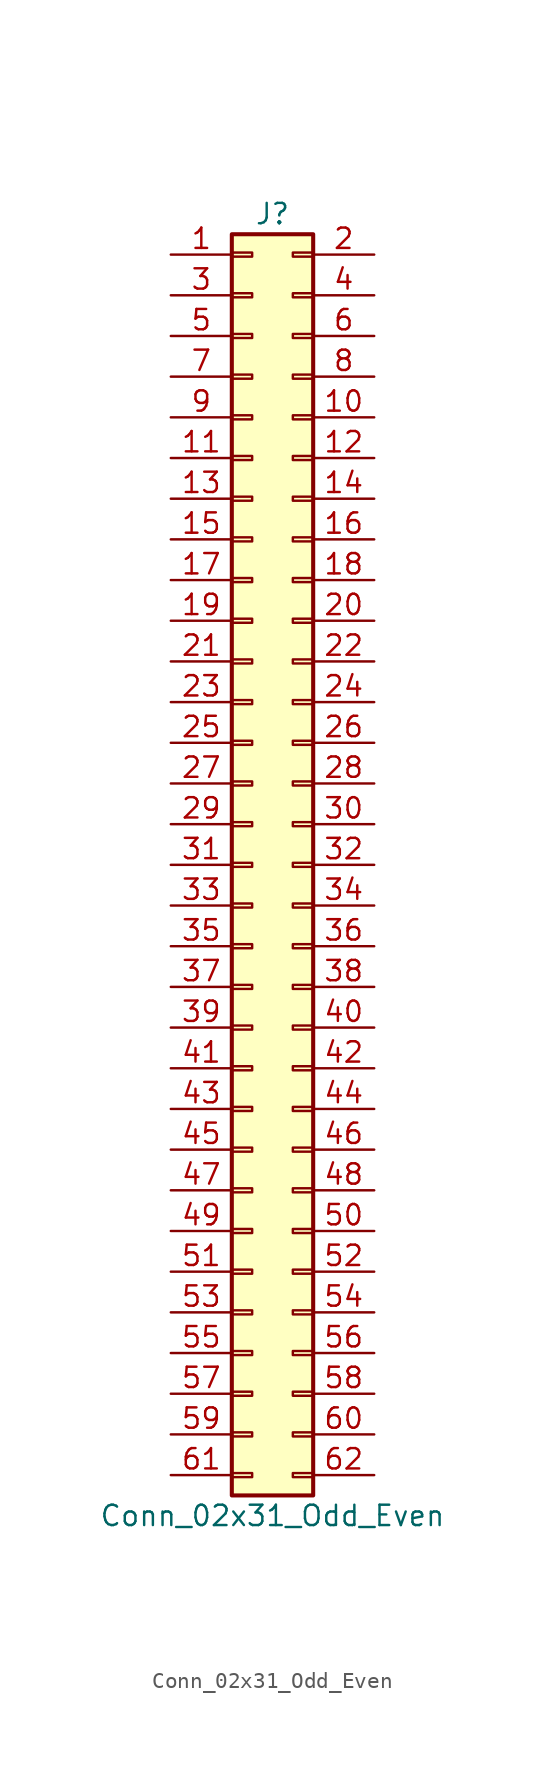
<source format=kicad_sym>
(kicad_symbol_lib
  (version 20220914)
  (generator kicad_symbol_editor)
  (symbol "Conn_02x31_Odd_Even"
    (pin_names
      (offset 1.016) hide)
    (property "Reference" "J"
      (at 1.27 40.64 0)
      (effects (font (size 1.27 1.27))))
    (property "Value" "Conn_02x31_Odd_Even"
      (at 1.27 -40.64 0)
      (effects (font (size 1.27 1.27))))
    (symbol "Conn_02x31_Odd_Even_1_1"
      (rectangle (start -1.27 -37.973) (end 0 -38.227) (stroke (width 0.152) (type solid)) (fill (type none)))
      (rectangle (start -1.27 -35.433) (end 0 -35.687) (stroke (width 0.152) (type solid)) (fill (type none)))
      (rectangle (start -1.27 -32.893) (end 0 -33.147) (stroke (width 0.152) (type solid)) (fill (type none)))
      (rectangle (start -1.27 -30.353) (end 0 -30.607) (stroke (width 0.152) (type solid)) (fill (type none)))
      (rectangle (start -1.27 -27.813) (end 0 -28.067) (stroke (width 0.152) (type solid)) (fill (type none)))
      (rectangle (start -1.27 -25.273) (end 0 -25.527) (stroke (width 0.152) (type solid)) (fill (type none)))
      (rectangle (start -1.27 -22.733) (end 0 -22.987) (stroke (width 0.152) (type solid)) (fill (type none)))
      (rectangle (start -1.27 -20.193) (end 0 -20.447) (stroke (width 0.152) (type solid)) (fill (type none)))
      (rectangle (start -1.27 -17.653) (end 0 -17.907) (stroke (width 0.152) (type solid)) (fill (type none)))
      (rectangle (start -1.27 -15.113) (end 0 -15.367) (stroke (width 0.152) (type solid)) (fill (type none)))
      (rectangle (start -1.27 -12.573) (end 0 -12.827) (stroke (width 0.152) (type solid)) (fill (type none)))
      (rectangle (start -1.27 -10.033) (end 0 -10.287) (stroke (width 0.152) (type solid)) (fill (type none)))
      (rectangle (start -1.27 -7.493) (end 0 -7.747) (stroke (width 0.152) (type solid)) (fill (type none)))
      (rectangle (start -1.27 -4.953) (end 0 -5.207) (stroke (width 0.152) (type solid)) (fill (type none)))
      (rectangle (start -1.27 -2.413) (end 0 -2.667) (stroke (width 0.152) (type solid)) (fill (type none)))
      (rectangle (start -1.27 0.127) (end 0 -0.127) (stroke (width 0.152) (type solid)) (fill (type none)))
      (rectangle (start -1.27 2.667) (end 0 2.413) (stroke (width 0.152) (type solid)) (fill (type none)))
      (rectangle (start -1.27 5.207) (end 0 4.953) (stroke (width 0.152) (type solid)) (fill (type none)))
      (rectangle (start -1.27 7.747) (end 0 7.493) (stroke (width 0.152) (type solid)) (fill (type none)))
      (rectangle (start -1.27 10.287) (end 0 10.033) (stroke (width 0.152) (type solid)) (fill (type none)))
      (rectangle (start -1.27 12.827) (end 0 12.573) (stroke (width 0.152) (type solid)) (fill (type none)))
      (rectangle (start -1.27 15.367) (end 0 15.113) (stroke (width 0.152) (type solid)) (fill (type none)))
      (rectangle (start -1.27 17.907) (end 0 17.653) (stroke (width 0.152) (type solid)) (fill (type none)))
      (rectangle (start -1.27 20.447) (end 0 20.193) (stroke (width 0.152) (type solid)) (fill (type none)))
      (rectangle (start -1.27 22.987) (end 0 22.733) (stroke (width 0.152) (type solid)) (fill (type none)))
      (rectangle (start -1.27 25.527) (end 0 25.273) (stroke (width 0.152) (type solid)) (fill (type none)))
      (rectangle (start -1.27 28.067) (end 0 27.813) (stroke (width 0.152) (type solid)) (fill (type none)))
      (rectangle (start -1.27 30.607) (end 0 30.353) (stroke (width 0.152) (type solid)) (fill (type none)))
      (rectangle (start -1.27 33.147) (end 0 32.893) (stroke (width 0.152) (type solid)) (fill (type none)))
      (rectangle (start -1.27 35.687) (end 0 35.433) (stroke (width 0.152) (type solid)) (fill (type none)))
      (rectangle (start -1.27 38.227) (end 0 37.973) (stroke (width 0.152) (type solid)) (fill (type none)))
      (rectangle (start -1.27 39.37) (end 3.81 -39.37) (stroke (width 0.254) (type solid)) (fill (type background)))
      (rectangle (start 3.81 -37.973) (end 2.54 -38.227) (stroke (width 0.152) (type solid)) (fill (type none)))
      (rectangle (start 3.81 -35.433) (end 2.54 -35.687) (stroke (width 0.152) (type solid)) (fill (type none)))
      (rectangle (start 3.81 -32.893) (end 2.54 -33.147) (stroke (width 0.152) (type solid)) (fill (type none)))
      (rectangle (start 3.81 -30.353) (end 2.54 -30.607) (stroke (width 0.152) (type solid)) (fill (type none)))
      (rectangle (start 3.81 -27.813) (end 2.54 -28.067) (stroke (width 0.152) (type solid)) (fill (type none)))
      (rectangle (start 3.81 -25.273) (end 2.54 -25.527) (stroke (width 0.152) (type solid)) (fill (type none)))
      (rectangle (start 3.81 -22.733) (end 2.54 -22.987) (stroke (width 0.152) (type solid)) (fill (type none)))
      (rectangle (start 3.81 -20.193) (end 2.54 -20.447) (stroke (width 0.152) (type solid)) (fill (type none)))
      (rectangle (start 3.81 -17.653) (end 2.54 -17.907) (stroke (width 0.152) (type solid)) (fill (type none)))
      (rectangle (start 3.81 -15.113) (end 2.54 -15.367) (stroke (width 0.152) (type solid)) (fill (type none)))
      (rectangle (start 3.81 -12.573) (end 2.54 -12.827) (stroke (width 0.152) (type solid)) (fill (type none)))
      (rectangle (start 3.81 -10.033) (end 2.54 -10.287) (stroke (width 0.152) (type solid)) (fill (type none)))
      (rectangle (start 3.81 -7.493) (end 2.54 -7.747) (stroke (width 0.152) (type solid)) (fill (type none)))
      (rectangle (start 3.81 -4.953) (end 2.54 -5.207) (stroke (width 0.152) (type solid)) (fill (type none)))
      (rectangle (start 3.81 -2.413) (end 2.54 -2.667) (stroke (width 0.152) (type solid)) (fill (type none)))
      (rectangle (start 3.81 0.127) (end 2.54 -0.127) (stroke (width 0.152) (type solid)) (fill (type none)))
      (rectangle (start 3.81 2.667) (end 2.54 2.413) (stroke (width 0.152) (type solid)) (fill (type none)))
      (rectangle (start 3.81 5.207) (end 2.54 4.953) (stroke (width 0.152) (type solid)) (fill (type none)))
      (rectangle (start 3.81 7.747) (end 2.54 7.493) (stroke (width 0.152) (type solid)) (fill (type none)))
      (rectangle (start 3.81 10.287) (end 2.54 10.033) (stroke (width 0.152) (type solid)) (fill (type none)))
      (rectangle (start 3.81 12.827) (end 2.54 12.573) (stroke (width 0.152) (type solid)) (fill (type none)))
      (rectangle (start 3.81 15.367) (end 2.54 15.113) (stroke (width 0.152) (type solid)) (fill (type none)))
      (rectangle (start 3.81 17.907) (end 2.54 17.653) (stroke (width 0.152) (type solid)) (fill (type none)))
      (rectangle (start 3.81 20.447) (end 2.54 20.193) (stroke (width 0.152) (type solid)) (fill (type none)))
      (rectangle (start 3.81 22.987) (end 2.54 22.733) (stroke (width 0.152) (type solid)) (fill (type none)))
      (rectangle (start 3.81 25.527) (end 2.54 25.273) (stroke (width 0.152) (type solid)) (fill (type none)))
      (rectangle (start 3.81 28.067) (end 2.54 27.813) (stroke (width 0.152) (type solid)) (fill (type none)))
      (rectangle (start 3.81 30.607) (end 2.54 30.353) (stroke (width 0.152) (type solid)) (fill (type none)))
      (rectangle (start 3.81 33.147) (end 2.54 32.893) (stroke (width 0.152) (type solid)) (fill (type none)))
      (rectangle (start 3.81 35.687) (end 2.54 35.433) (stroke (width 0.152) (type solid)) (fill (type none)))
      (rectangle (start 3.81 38.227) (end 2.54 37.973) (stroke (width 0.152) (type solid)) (fill (type none)))
      (pin passive line (at -5.08 38.1 0) (length 3.81) (name "Pin_1" (effects (font (size 1.27 1.27)))) (number "1" (effects (font (size 1.27 1.27)))))
      (pin passive line (at 7.62 27.94 180) (length 3.81) (name "Pin_10" (effects (font (size 1.27 1.27)))) (number "10" (effects (font (size 1.27 1.27)))))
      (pin passive line (at -5.08 25.4 0) (length 3.81) (name "Pin_11" (effects (font (size 1.27 1.27)))) (number "11" (effects (font (size 1.27 1.27)))))
      (pin passive line (at 7.62 25.4 180) (length 3.81) (name "Pin_12" (effects (font (size 1.27 1.27)))) (number "12" (effects (font (size 1.27 1.27)))))
      (pin passive line (at -5.08 22.86 0) (length 3.81) (name "Pin_13" (effects (font (size 1.27 1.27)))) (number "13" (effects (font (size 1.27 1.27)))))
      (pin passive line (at 7.62 22.86 180) (length 3.81) (name "Pin_14" (effects (font (size 1.27 1.27)))) (number "14" (effects (font (size 1.27 1.27)))))
      (pin passive line (at -5.08 20.32 0) (length 3.81) (name "Pin_15" (effects (font (size 1.27 1.27)))) (number "15" (effects (font (size 1.27 1.27)))))
      (pin passive line (at 7.62 20.32 180) (length 3.81) (name "Pin_16" (effects (font (size 1.27 1.27)))) (number "16" (effects (font (size 1.27 1.27)))))
      (pin passive line (at -5.08 17.78 0) (length 3.81) (name "Pin_17" (effects (font (size 1.27 1.27)))) (number "17" (effects (font (size 1.27 1.27)))))
      (pin passive line (at 7.62 17.78 180) (length 3.81) (name "Pin_18" (effects (font (size 1.27 1.27)))) (number "18" (effects (font (size 1.27 1.27)))))
      (pin passive line (at -5.08 15.24 0) (length 3.81) (name "Pin_19" (effects (font (size 1.27 1.27)))) (number "19" (effects (font (size 1.27 1.27)))))
      (pin passive line (at 7.62 38.1 180) (length 3.81) (name "Pin_2" (effects (font (size 1.27 1.27)))) (number "2" (effects (font (size 1.27 1.27)))))
      (pin passive line (at 7.62 15.24 180) (length 3.81) (name "Pin_20" (effects (font (size 1.27 1.27)))) (number "20" (effects (font (size 1.27 1.27)))))
      (pin passive line (at -5.08 12.7 0) (length 3.81) (name "Pin_21" (effects (font (size 1.27 1.27)))) (number "21" (effects (font (size 1.27 1.27)))))
      (pin passive line (at 7.62 12.7 180) (length 3.81) (name "Pin_22" (effects (font (size 1.27 1.27)))) (number "22" (effects (font (size 1.27 1.27)))))
      (pin passive line (at -5.08 10.16 0) (length 3.81) (name "Pin_23" (effects (font (size 1.27 1.27)))) (number "23" (effects (font (size 1.27 1.27)))))
      (pin passive line (at 7.62 10.16 180) (length 3.81) (name "Pin_24" (effects (font (size 1.27 1.27)))) (number "24" (effects (font (size 1.27 1.27)))))
      (pin passive line (at -5.08 7.62 0) (length 3.81) (name "Pin_25" (effects (font (size 1.27 1.27)))) (number "25" (effects (font (size 1.27 1.27)))))
      (pin passive line (at 7.62 7.62 180) (length 3.81) (name "Pin_26" (effects (font (size 1.27 1.27)))) (number "26" (effects (font (size 1.27 1.27)))))
      (pin passive line (at -5.08 5.08 0) (length 3.81) (name "Pin_27" (effects (font (size 1.27 1.27)))) (number "27" (effects (font (size 1.27 1.27)))))
      (pin passive line (at 7.62 5.08 180) (length 3.81) (name "Pin_28" (effects (font (size 1.27 1.27)))) (number "28" (effects (font (size 1.27 1.27)))))
      (pin passive line (at -5.08 2.54 0) (length 3.81) (name "Pin_29" (effects (font (size 1.27 1.27)))) (number "29" (effects (font (size 1.27 1.27)))))
      (pin passive line (at -5.08 35.56 0) (length 3.81) (name "Pin_3" (effects (font (size 1.27 1.27)))) (number "3" (effects (font (size 1.27 1.27)))))
      (pin passive line (at 7.62 2.54 180) (length 3.81) (name "Pin_30" (effects (font (size 1.27 1.27)))) (number "30" (effects (font (size 1.27 1.27)))))
      (pin passive line (at -5.08 0 0) (length 3.81) (name "Pin_31" (effects (font (size 1.27 1.27)))) (number "31" (effects (font (size 1.27 1.27)))))
      (pin passive line (at 7.62 0 180) (length 3.81) (name "Pin_32" (effects (font (size 1.27 1.27)))) (number "32" (effects (font (size 1.27 1.27)))))
      (pin passive line (at -5.08 -2.54 0) (length 3.81) (name "Pin_33" (effects (font (size 1.27 1.27)))) (number "33" (effects (font (size 1.27 1.27)))))
      (pin passive line (at 7.62 -2.54 180) (length 3.81) (name "Pin_34" (effects (font (size 1.27 1.27)))) (number "34" (effects (font (size 1.27 1.27)))))
      (pin passive line (at -5.08 -5.08 0) (length 3.81) (name "Pin_35" (effects (font (size 1.27 1.27)))) (number "35" (effects (font (size 1.27 1.27)))))
      (pin passive line (at 7.62 -5.08 180) (length 3.81) (name "Pin_36" (effects (font (size 1.27 1.27)))) (number "36" (effects (font (size 1.27 1.27)))))
      (pin passive line (at -5.08 -7.62 0) (length 3.81) (name "Pin_37" (effects (font (size 1.27 1.27)))) (number "37" (effects (font (size 1.27 1.27)))))
      (pin passive line (at 7.62 -7.62 180) (length 3.81) (name "Pin_38" (effects (font (size 1.27 1.27)))) (number "38" (effects (font (size 1.27 1.27)))))
      (pin passive line (at -5.08 -10.16 0) (length 3.81) (name "Pin_39" (effects (font (size 1.27 1.27)))) (number "39" (effects (font (size 1.27 1.27)))))
      (pin passive line (at 7.62 35.56 180) (length 3.81) (name "Pin_4" (effects (font (size 1.27 1.27)))) (number "4" (effects (font (size 1.27 1.27)))))
      (pin passive line (at 7.62 -10.16 180) (length 3.81) (name "Pin_40" (effects (font (size 1.27 1.27)))) (number "40" (effects (font (size 1.27 1.27)))))
      (pin passive line (at -5.08 -12.7 0) (length 3.81) (name "Pin_41" (effects (font (size 1.27 1.27)))) (number "41" (effects (font (size 1.27 1.27)))))
      (pin passive line (at 7.62 -12.7 180) (length 3.81) (name "Pin_42" (effects (font (size 1.27 1.27)))) (number "42" (effects (font (size 1.27 1.27)))))
      (pin passive line (at -5.08 -15.24 0) (length 3.81) (name "Pin_43" (effects (font (size 1.27 1.27)))) (number "43" (effects (font (size 1.27 1.27)))))
      (pin passive line (at 7.62 -15.24 180) (length 3.81) (name "Pin_44" (effects (font (size 1.27 1.27)))) (number "44" (effects (font (size 1.27 1.27)))))
      (pin passive line (at -5.08 -17.78 0) (length 3.81) (name "Pin_45" (effects (font (size 1.27 1.27)))) (number "45" (effects (font (size 1.27 1.27)))))
      (pin passive line (at 7.62 -17.78 180) (length 3.81) (name "Pin_46" (effects (font (size 1.27 1.27)))) (number "46" (effects (font (size 1.27 1.27)))))
      (pin passive line (at -5.08 -20.32 0) (length 3.81) (name "Pin_47" (effects (font (size 1.27 1.27)))) (number "47" (effects (font (size 1.27 1.27)))))
      (pin passive line (at 7.62 -20.32 180) (length 3.81) (name "Pin_48" (effects (font (size 1.27 1.27)))) (number "48" (effects (font (size 1.27 1.27)))))
      (pin passive line (at -5.08 -22.86 0) (length 3.81) (name "Pin_49" (effects (font (size 1.27 1.27)))) (number "49" (effects (font (size 1.27 1.27)))))
      (pin passive line (at -5.08 33.02 0) (length 3.81) (name "Pin_5" (effects (font (size 1.27 1.27)))) (number "5" (effects (font (size 1.27 1.27)))))
      (pin passive line (at 7.62 -22.86 180) (length 3.81) (name "Pin_50" (effects (font (size 1.27 1.27)))) (number "50" (effects (font (size 1.27 1.27)))))
      (pin passive line (at -5.08 -25.4 0) (length 3.81) (name "Pin_51" (effects (font (size 1.27 1.27)))) (number "51" (effects (font (size 1.27 1.27)))))
      (pin passive line (at 7.62 -25.4 180) (length 3.81) (name "Pin_52" (effects (font (size 1.27 1.27)))) (number "52" (effects (font (size 1.27 1.27)))))
      (pin passive line (at -5.08 -27.94 0) (length 3.81) (name "Pin_53" (effects (font (size 1.27 1.27)))) (number "53" (effects (font (size 1.27 1.27)))))
      (pin passive line (at 7.62 -27.94 180) (length 3.81) (name "Pin_54" (effects (font (size 1.27 1.27)))) (number "54" (effects (font (size 1.27 1.27)))))
      (pin passive line (at -5.08 -30.48 0) (length 3.81) (name "Pin_55" (effects (font (size 1.27 1.27)))) (number "55" (effects (font (size 1.27 1.27)))))
      (pin passive line (at 7.62 -30.48 180) (length 3.81) (name "Pin_56" (effects (font (size 1.27 1.27)))) (number "56" (effects (font (size 1.27 1.27)))))
      (pin passive line (at -5.08 -33.02 0) (length 3.81) (name "Pin_57" (effects (font (size 1.27 1.27)))) (number "57" (effects (font (size 1.27 1.27)))))
      (pin passive line (at 7.62 -33.02 180) (length 3.81) (name "Pin_58" (effects (font (size 1.27 1.27)))) (number "58" (effects (font (size 1.27 1.27)))))
      (pin passive line (at -5.08 -35.56 0) (length 3.81) (name "Pin_59" (effects (font (size 1.27 1.27)))) (number "59" (effects (font (size 1.27 1.27)))))
      (pin passive line (at 7.62 33.02 180) (length 3.81) (name "Pin_6" (effects (font (size 1.27 1.27)))) (number "6" (effects (font (size 1.27 1.27)))))
      (pin passive line (at 7.62 -35.56 180) (length 3.81) (name "Pin_60" (effects (font (size 1.27 1.27)))) (number "60" (effects (font (size 1.27 1.27)))))
      (pin passive line (at -5.08 -38.1 0) (length 3.81) (name "Pin_61" (effects (font (size 1.27 1.27)))) (number "61" (effects (font (size 1.27 1.27)))))
      (pin passive line (at 7.62 -38.1 180) (length 3.81) (name "Pin_62" (effects (font (size 1.27 1.27)))) (number "62" (effects (font (size 1.27 1.27)))))
      (pin passive line (at -5.08 30.48 0) (length 3.81) (name "Pin_7" (effects (font (size 1.27 1.27)))) (number "7" (effects (font (size 1.27 1.27)))))
      (pin passive line (at 7.62 30.48 180) (length 3.81) (name "Pin_8" (effects (font (size 1.27 1.27)))) (number "8" (effects (font (size 1.27 1.27)))))
      (pin passive line (at -5.08 27.94 0) (length 3.81) (name "Pin_9" (effects (font (size 1.27 1.27)))) (number "9" (effects (font (size 1.27 1.27))))))))
</source>
